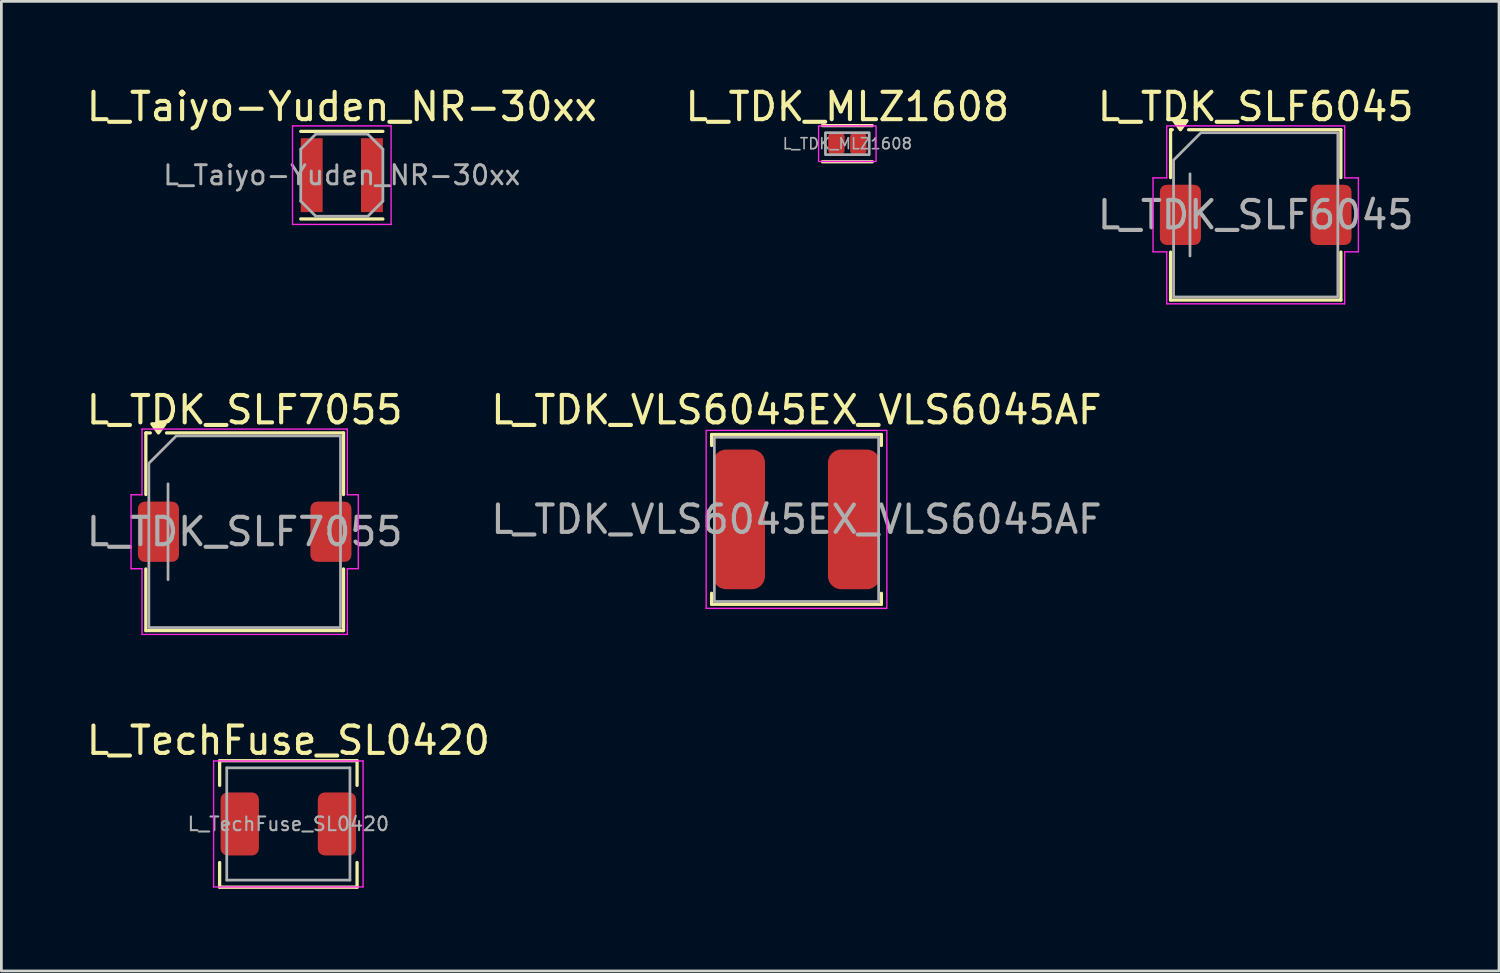
<source format=kicad_pcb>
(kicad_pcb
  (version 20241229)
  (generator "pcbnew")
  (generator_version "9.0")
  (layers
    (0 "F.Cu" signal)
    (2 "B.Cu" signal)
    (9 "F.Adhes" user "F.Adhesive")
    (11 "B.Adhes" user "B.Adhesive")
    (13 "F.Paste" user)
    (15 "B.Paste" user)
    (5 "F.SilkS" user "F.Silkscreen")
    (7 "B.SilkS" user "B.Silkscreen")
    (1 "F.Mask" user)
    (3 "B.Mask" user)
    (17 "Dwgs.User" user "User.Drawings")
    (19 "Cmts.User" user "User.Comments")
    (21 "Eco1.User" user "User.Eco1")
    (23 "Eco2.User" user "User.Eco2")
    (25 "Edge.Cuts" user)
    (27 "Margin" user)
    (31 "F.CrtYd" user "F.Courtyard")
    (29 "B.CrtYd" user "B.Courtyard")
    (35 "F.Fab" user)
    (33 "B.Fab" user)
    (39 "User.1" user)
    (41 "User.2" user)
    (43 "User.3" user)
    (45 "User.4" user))
  (footprint "L_TDK_SLF7055"
    (layer "F.Cu")
    (at 5.887 16.372)
    (property "Reference" "L_TDK_SLF7055" (at 0 -4.45 0) (layer "F.SilkS") (effects (font (size 1 1) (thickness 0.15))))
    (attr smd)
    (fp_line (start -3.61 -3.61) (end -3.447 -3.61) (stroke (width 0.12) (type solid)) (layer "F.SilkS"))
    (fp_line (start -3.61 -1.36) (end -3.61 -3.61) (stroke (width 0.12) (type solid)) (layer "F.SilkS"))
    (fp_line (start -3.61 3.61) (end -3.61 1.36) (stroke (width 0.12) (type solid)) (layer "F.SilkS"))
    (fp_line (start -2.853 -3.61) (end 3.61 -3.61) (stroke (width 0.12) (type solid)) (layer "F.SilkS"))
    (fp_line (start 3.61 -3.61) (end 3.61 -1.36) (stroke (width 0.12) (type solid)) (layer "F.SilkS"))
    (fp_line (start 3.61 1.36) (end 3.61 3.61) (stroke (width 0.12) (type solid)) (layer "F.SilkS"))
    (fp_line (start 3.61 3.61) (end -3.61 3.61) (stroke (width 0.12) (type solid)) (layer "F.SilkS"))
    (fp_poly (pts (xy -3.15 -3.61) (xy -3.39 -3.94) (xy -2.91 -3.94)) (stroke (width 0.12) (type solid)) (fill yes) (layer "F.SilkS"))
    (fp_line (start -4.15 -1.35) (end -3.75 -1.35) (stroke (width 0.05) (type solid)) (layer "F.CrtYd"))
    (fp_line (start -4.15 1.35) (end -4.15 -1.35) (stroke (width 0.05) (type solid)) (layer "F.CrtYd"))
    (fp_line (start -3.75 -3.75) (end 3.75 -3.75) (stroke (width 0.05) (type solid)) (layer "F.CrtYd"))
    (fp_line (start -3.75 -1.35) (end -3.75 -3.75) (stroke (width 0.05) (type solid)) (layer "F.CrtYd"))
    (fp_line (start -3.75 1.35) (end -4.15 1.35) (stroke (width 0.05) (type solid)) (layer "F.CrtYd"))
    (fp_line (start -3.75 3.75) (end -3.75 1.35) (stroke (width 0.05) (type solid)) (layer "F.CrtYd"))
    (fp_line (start 3.75 -3.75) (end 3.75 -1.35) (stroke (width 0.05) (type solid)) (layer "F.CrtYd"))
    (fp_line (start 3.75 -1.35) (end 4.15 -1.35) (stroke (width 0.05) (type solid)) (layer "F.CrtYd"))
    (fp_line (start 3.75 1.35) (end 3.75 3.75) (stroke (width 0.05) (type solid)) (layer "F.CrtYd"))
    (fp_line (start 3.75 3.75) (end -3.75 3.75) (stroke (width 0.05) (type solid)) (layer "F.CrtYd"))
    (fp_line (start 4.15 -1.35) (end 4.15 1.35) (stroke (width 0.05) (type solid)) (layer "F.CrtYd"))
    (fp_line (start 4.15 1.35) (end 3.75 1.35) (stroke (width 0.05) (type solid)) (layer "F.CrtYd"))
    (fp_line (start -2.8 1.75) (end -2.8 -1.75) (stroke (width 0.1) (type solid)) (layer "F.Fab"))
    (fp_poly (pts (xy -2.5 -3.5) (xy 3.5 -3.5) (xy 3.5 3.5) (xy -3.5 3.5) (xy -3.5 -2.5)) (stroke (width 0.1) (type solid)) (fill no) (layer "F.Fab"))
    (fp_text user "${REFERENCE}" (at 0 0 0) (layer "F.Fab") (effects (font (size 1 1) (thickness 0.15))))
    (pad "1" smd roundrect (at -3.15 0) (size 1.5 2.2) (layers "F.Cu" "F.Mask" "F.Paste") (roundrect_rratio 0.167))
    (pad "2" smd roundrect (at 3.15 0) (size 1.5 2.2) (layers "F.Cu" "F.Mask" "F.Paste") (roundrect_rratio 0.167)))
  (footprint "L_TDK_VLS6045EX_VLS6045AF"
    (layer "F.Cu")
    (at 26.042 15.921)
    (property "Reference" "L_TDK_VLS6045EX_VLS6045AF" (at 0 -4 0) (unlocked yes) (layer "F.SilkS") (effects (font (size 1 1) (thickness 0.15))))
    (attr smd)
    (fp_line (start -3.1 -3.1) (end -3.1 -2.7) (stroke (width 0.12) (type solid)) (layer "F.SilkS"))
    (fp_line (start -3.1 -3.1) (end 3.1 -3.1) (stroke (width 0.12) (type solid)) (layer "F.SilkS"))
    (fp_line (start -3.1 3.1) (end -3.1 2.7) (stroke (width 0.12) (type solid)) (layer "F.SilkS"))
    (fp_line (start -3.1 3.1) (end 3.1 3.1) (stroke (width 0.12) (type solid)) (layer "F.SilkS"))
    (fp_line (start 3.1 -3.1) (end 3.1 -2.7) (stroke (width 0.12) (type solid)) (layer "F.SilkS"))
    (fp_line (start 3.1 3.1) (end 3.1 2.7) (stroke (width 0.12) (type solid)) (layer "F.SilkS"))
    (fp_rect (start -3.3 -3.25) (end 3.3 3.25) (stroke (width 0.05) (type solid)) (fill no) (layer "F.CrtYd"))
    (fp_rect (start -3 -3) (end 3 3) (stroke (width 0.1) (type solid)) (fill no) (layer "F.Fab"))
    (fp_text user "${REFERENCE}" (at 0 0 0) (unlocked yes) (layer "F.Fab") (effects (font (size 1 1) (thickness 0.15))))
    (pad "1" smd roundrect (at -2.1 0) (size 1.9 5.1) (layers "F.Cu" "F.Mask" "F.Paste") (roundrect_rratio 0.25))
    (pad "2" smd roundrect (at 2.1 0) (size 1.9 5.1) (layers "F.Cu" "F.Mask" "F.Paste") (roundrect_rratio 0.25)))
  (footprint "L_Taiyo-Yuden_NR-30xx"
    (layer "F.Cu")
    (at 9.435 3.348)
    (property "Reference" "L_Taiyo-Yuden_NR-30xx" (at 0 -2.5 0) (layer "F.SilkS") (effects (font (size 1 1) (thickness 0.15))))
    (attr smd)
    (fp_line (start -1.5 -1.6) (end 1.5 -1.6) (stroke (width 0.12) (type solid)) (layer "F.SilkS"))
    (fp_line (start -1.5 1.6) (end 1.5 1.6) (stroke (width 0.12) (type solid)) (layer "F.SilkS"))
    (fp_line (start -1.8 -1.8) (end -1.8 1.8) (stroke (width 0.05) (type solid)) (layer "F.CrtYd"))
    (fp_line (start -1.8 1.8) (end 1.8 1.8) (stroke (width 0.05) (type solid)) (layer "F.CrtYd"))
    (fp_line (start 1.8 -1.8) (end -1.8 -1.8) (stroke (width 0.05) (type solid)) (layer "F.CrtYd"))
    (fp_line (start 1.8 1.8) (end 1.8 -1.8) (stroke (width 0.05) (type solid)) (layer "F.CrtYd"))
    (fp_line (start -1.5 -0.95) (end -1.5 0.95) (stroke (width 0.1) (type solid)) (layer "F.Fab"))
    (fp_line (start -1.5 -0.95) (end -0.95 -1.5) (stroke (width 0.1) (type solid)) (layer "F.Fab"))
    (fp_line (start -1.5 0.95) (end -0.95 1.5) (stroke (width 0.1) (type solid)) (layer "F.Fab"))
    (fp_line (start -0.95 -1.5) (end 0.95 -1.5) (stroke (width 0.1) (type solid)) (layer "F.Fab"))
    (fp_line (start -0.95 1.5) (end 0.95 1.5) (stroke (width 0.1) (type solid)) (layer "F.Fab"))
    (fp_line (start 1.5 -0.95) (end 0.95 -1.5) (stroke (width 0.1) (type solid)) (layer "F.Fab"))
    (fp_line (start 1.5 0.95) (end 0.95 1.5) (stroke (width 0.1) (type solid)) (layer "F.Fab"))
    (fp_line (start 1.5 0.95) (end 1.5 -0.95) (stroke (width 0.1) (type solid)) (layer "F.Fab"))
    (fp_text user "${REFERENCE}" (at 0 0 0) (layer "F.Fab") (effects (font (size 0.7 0.7) (thickness 0.105))))
    (pad "1" smd rect (at -1.1 0) (size 0.8 2.7) (layers "F.Cu" "F.Mask" "F.Paste"))
    (pad "2" smd rect (at 1.1 0) (size 0.8 2.7) (layers "F.Cu" "F.Mask" "F.Paste")))
  (footprint "L_TDK_SLF6045"
    (layer "F.Cu")
    (at 42.815 4.798)
    (property "Reference" "L_TDK_SLF6045" (at 0 -3.95 0) (layer "F.SilkS") (effects (font (size 1 1) (thickness 0.15))))
    (attr smd)
    (fp_line (start -3.11 -3.11) (end -3.047 -3.11) (stroke (width 0.12) (type solid)) (layer "F.SilkS"))
    (fp_line (start -3.11 -1.36) (end -3.11 -3.11) (stroke (width 0.12) (type solid)) (layer "F.SilkS"))
    (fp_line (start -3.11 3.11) (end -3.11 1.36) (stroke (width 0.12) (type solid)) (layer "F.SilkS"))
    (fp_line (start -2.453 -3.11) (end 3.11 -3.11) (stroke (width 0.12) (type solid)) (layer "F.SilkS"))
    (fp_line (start 3.11 -3.11) (end 3.11 -1.36) (stroke (width 0.12) (type solid)) (layer "F.SilkS"))
    (fp_line (start 3.11 1.36) (end 3.11 3.11) (stroke (width 0.12) (type solid)) (layer "F.SilkS"))
    (fp_line (start 3.11 3.11) (end -3.11 3.11) (stroke (width 0.12) (type solid)) (layer "F.SilkS"))
    (fp_poly (pts (xy -2.75 -3.11) (xy -2.99 -3.44) (xy -2.51 -3.44)) (stroke (width 0.12) (type solid)) (fill yes) (layer "F.SilkS"))
    (fp_line (start -3.75 -1.35) (end -3.25 -1.35) (stroke (width 0.05) (type solid)) (layer "F.CrtYd"))
    (fp_line (start -3.75 1.35) (end -3.75 -1.35) (stroke (width 0.05) (type solid)) (layer "F.CrtYd"))
    (fp_line (start -3.25 -3.25) (end 3.25 -3.25) (stroke (width 0.05) (type solid)) (layer "F.CrtYd"))
    (fp_line (start -3.25 -1.35) (end -3.25 -3.25) (stroke (width 0.05) (type solid)) (layer "F.CrtYd"))
    (fp_line (start -3.25 1.35) (end -3.75 1.35) (stroke (width 0.05) (type solid)) (layer "F.CrtYd"))
    (fp_line (start -3.25 3.25) (end -3.25 1.35) (stroke (width 0.05) (type solid)) (layer "F.CrtYd"))
    (fp_line (start 3.25 -3.25) (end 3.25 -1.35) (stroke (width 0.05) (type solid)) (layer "F.CrtYd"))
    (fp_line (start 3.25 -1.35) (end 3.75 -1.35) (stroke (width 0.05) (type solid)) (layer "F.CrtYd"))
    (fp_line (start 3.25 1.35) (end 3.25 3.25) (stroke (width 0.05) (type solid)) (layer "F.CrtYd"))
    (fp_line (start 3.25 3.25) (end -3.25 3.25) (stroke (width 0.05) (type solid)) (layer "F.CrtYd"))
    (fp_line (start 3.75 -1.35) (end 3.75 1.35) (stroke (width 0.05) (type solid)) (layer "F.CrtYd"))
    (fp_line (start 3.75 1.35) (end 3.25 1.35) (stroke (width 0.05) (type solid)) (layer "F.CrtYd"))
    (fp_line (start -2.4 1.5) (end -2.4 -1.5) (stroke (width 0.1) (type solid)) (layer "F.Fab"))
    (fp_poly (pts (xy -2 -3) (xy 3 -3) (xy 3 3) (xy -3 3) (xy -3 -2)) (stroke (width 0.1) (type solid)) (fill no) (layer "F.Fab"))
    (fp_text user "${REFERENCE}" (at 0 0 0) (layer "F.Fab") (effects (font (size 1 1) (thickness 0.15))))
    (pad "1" smd roundrect (at -2.75 0) (size 1.5 2.2) (layers "F.Cu" "F.Mask" "F.Paste") (roundrect_rratio 0.167))
    (pad "2" smd roundrect (at 2.75 0) (size 1.5 2.2) (layers "F.Cu" "F.Mask" "F.Paste") (roundrect_rratio 0.167)))
  (footprint "L_TDK_MLZ1608"
    (layer "F.Cu")
    (at 27.899 2.198)
    (property "Reference" "L_TDK_MLZ1608" (at 0 -1.35 0) (layer "F.SilkS") (effects (font (size 1 1) (thickness 0.15))))
    (attr smd)
    (fp_line (start -0.91 -0.66) (end 0.91 -0.66) (stroke (width 0.12) (type solid)) (layer "F.SilkS"))
    (fp_line (start 0.91 0.66) (end -0.91 0.66) (stroke (width 0.12) (type solid)) (layer "F.SilkS"))
    (fp_rect (start -1.05 -0.65) (end 1.05 0.65) (stroke (width 0.05) (type solid)) (fill no) (layer "F.CrtYd"))
    (fp_rect (start -0.8 -0.4) (end 0.8 0.4) (stroke (width 0.1) (type solid)) (fill no) (layer "F.Fab"))
    (fp_text user "${REFERENCE}" (at 0 0 0) (layer "F.Fab") (effects (font (size 0.4 0.4) (thickness 0.06))))
    (pad "1" smd roundrect (at -0.4 0) (size 0.6 0.8) (layers "F.Cu" "F.Mask" "F.Paste") (roundrect_rratio 0.25))
    (pad "2" smd roundrect (at 0.4 0) (size 0.6 0.8) (layers "F.Cu" "F.Mask" "F.Paste") (roundrect_rratio 0.25)))
  (footprint "L_TechFuse_SL0420"
    (layer "F.Cu")
    (at 7.482 27.045)
    (property "Reference" "L_TechFuse_SL0420" (at 0 -3.05 0) (layer "F.SilkS") (effects (font (size 1 1) (thickness 0.15))))
    (attr smd)
    (fp_line (start -2.51 -2.31) (end -2.51 -1.41) (stroke (width 0.12) (type solid)) (layer "F.SilkS"))
    (fp_line (start -2.51 -2.31) (end 2.51 -2.31) (stroke (width 0.12) (type solid)) (layer "F.SilkS"))
    (fp_line (start -2.51 2.31) (end -2.51 1.41) (stroke (width 0.12) (type solid)) (layer "F.SilkS"))
    (fp_line (start -2.51 2.31) (end 2.51 2.31) (stroke (width 0.12) (type solid)) (layer "F.SilkS"))
    (fp_line (start 2.51 -2.31) (end 2.51 -1.41) (stroke (width 0.12) (type solid)) (layer "F.SilkS"))
    (fp_line (start 2.51 2.31) (end 2.51 1.41) (stroke (width 0.12) (type solid)) (layer "F.SilkS"))
    (fp_line (start -2.73 -2.3) (end -2.73 2.3) (stroke (width 0.05) (type solid)) (layer "F.CrtYd"))
    (fp_line (start -2.73 2.3) (end 2.73 2.3) (stroke (width 0.05) (type solid)) (layer "F.CrtYd"))
    (fp_line (start 2.73 -2.3) (end -2.73 -2.3) (stroke (width 0.05) (type solid)) (layer "F.CrtYd"))
    (fp_line (start 2.73 2.3) (end 2.73 -2.3) (stroke (width 0.05) (type solid)) (layer "F.CrtYd"))
    (fp_line (start -2.25 -2.05) (end -2.25 2.05) (stroke (width 0.1) (type solid)) (layer "F.Fab"))
    (fp_line (start -2.25 2.05) (end 2.25 2.05) (stroke (width 0.1) (type solid)) (layer "F.Fab"))
    (fp_line (start 2.25 -2.05) (end -2.25 -2.05) (stroke (width 0.1) (type solid)) (layer "F.Fab"))
    (fp_line (start 2.25 2.05) (end 2.25 -2.05) (stroke (width 0.1) (type solid)) (layer "F.Fab"))
    (fp_text user "${REFERENCE}" (at 0 0 0) (layer "F.Fab") (effects (font (size 0.5 0.5) (thickness 0.075))))
    (pad "1" smd roundrect (at -1.775 0) (size 1.4 2.3) (layers "F.Cu" "F.Mask" "F.Paste") (roundrect_rratio 0.179))
    (pad "2" smd roundrect (at 1.775 0) (size 1.4 2.3) (layers "F.Cu" "F.Mask" "F.Paste") (roundrect_rratio 0.179)))
  (gr_rect
    (start -3 -3)
    (end 51.702 32.415)
    (stroke (width 0.1) (type default))
    (fill no)
    (layer "Edge.Cuts")))
</source>
